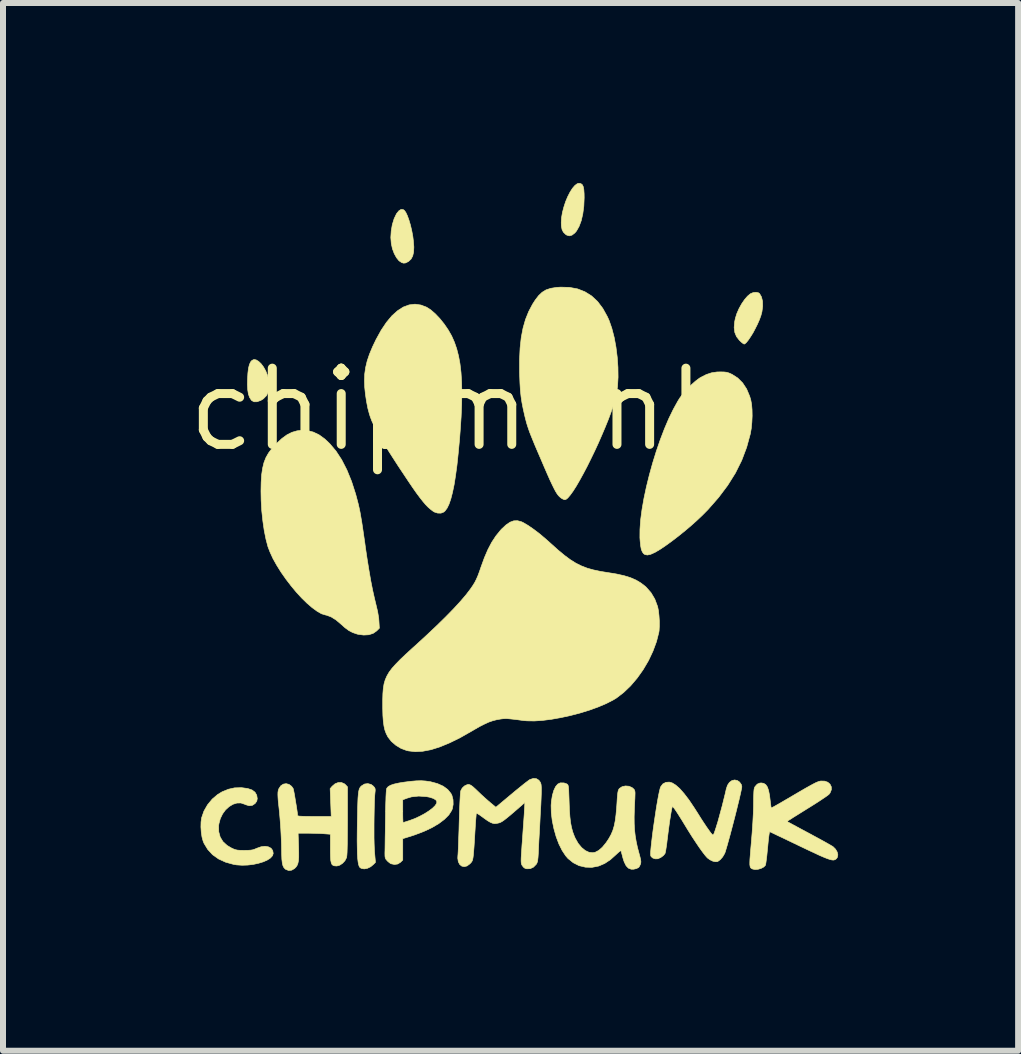
<source format=kicad_pcb>
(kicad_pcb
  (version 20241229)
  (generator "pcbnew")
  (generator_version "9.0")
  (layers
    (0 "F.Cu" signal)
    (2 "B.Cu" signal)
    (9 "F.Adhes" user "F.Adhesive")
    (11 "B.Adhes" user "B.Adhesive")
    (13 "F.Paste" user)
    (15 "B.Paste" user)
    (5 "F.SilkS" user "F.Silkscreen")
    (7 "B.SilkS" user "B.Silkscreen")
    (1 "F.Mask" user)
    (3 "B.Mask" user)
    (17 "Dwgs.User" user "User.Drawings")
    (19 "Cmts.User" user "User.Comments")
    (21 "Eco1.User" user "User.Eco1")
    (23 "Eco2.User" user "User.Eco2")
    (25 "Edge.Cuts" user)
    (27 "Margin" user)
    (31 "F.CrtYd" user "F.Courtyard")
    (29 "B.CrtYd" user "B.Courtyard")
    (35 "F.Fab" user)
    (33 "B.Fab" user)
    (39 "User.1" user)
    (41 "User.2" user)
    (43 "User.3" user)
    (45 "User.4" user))
  (footprint "chipmunk"
    (layer "F.Cu")
    (at 4.603 3.777)
    (property "Reference" "chipmunk" (at 0 0 0) (layer "F.SilkS") (effects (font (size 1.27 1.27) (thickness 0.15))))
    (attr through_hole)
    (fp_poly (pts (xy -3.383 -0.828) (xy -3.342 -0.803) (xy -3.3 -0.763) (xy -3.26 -0.709) (xy -3.224 -0.645) (xy -3.195 -0.573) (xy -3.175 -0.497) (xy -3.173 -0.486) (xy -3.165 -0.388) (xy -3.178 -0.303) (xy -3.21 -0.234) (xy -3.263 -0.18) (xy -3.306 -0.153) (xy -3.369 -0.131) (xy -3.418 -0.13) (xy -3.456 -0.15) (xy -3.466 -0.161) (xy -3.494 -0.205) (xy -3.513 -0.26) (xy -3.524 -0.33) (xy -3.529 -0.417) (xy -3.527 -0.507) (xy -3.521 -0.61) (xy -3.511 -0.691) (xy -3.495 -0.753) (xy -3.474 -0.797) (xy -3.454 -0.819) (xy -3.421 -0.835) (xy -3.383 -0.828)) (stroke (width 0.01) (type solid)) (fill yes) (layer "F.SilkS"))
    (fp_poly (pts (xy 2.029 -3.766) (xy 2.052 -3.749) (xy 2.068 -3.717) (xy 2.078 -3.668) (xy 2.083 -3.598) (xy 2.084 -3.53) (xy 2.078 -3.39) (xy 2.061 -3.262) (xy 2.035 -3.149) (xy 1.999 -3.053) (xy 1.956 -2.977) (xy 1.928 -2.944) (xy 1.881 -2.908) (xy 1.837 -2.896) (xy 1.794 -2.908) (xy 1.773 -2.922) (xy 1.737 -2.958) (xy 1.715 -3.002) (xy 1.704 -3.06) (xy 1.702 -3.116) (xy 1.707 -3.199) (xy 1.722 -3.288) (xy 1.746 -3.378) (xy 1.775 -3.467) (xy 1.81 -3.55) (xy 1.849 -3.626) (xy 1.889 -3.689) (xy 1.93 -3.736) (xy 1.969 -3.765) (xy 1.998 -3.772) (xy 2.029 -3.766)) (stroke (width 0.01) (type solid)) (fill yes) (layer "F.SilkS"))
    (fp_poly (pts (xy -0.934 -3.334) (xy -0.915 -3.322) (xy -0.889 -3.287) (xy -0.863 -3.232) (xy -0.837 -3.16) (xy -0.812 -3.076) (xy -0.79 -2.983) (xy -0.772 -2.886) (xy -0.763 -2.813) (xy -0.755 -2.71) (xy -0.759 -2.626) (xy -0.774 -2.561) (xy -0.801 -2.51) (xy -0.842 -2.471) (xy -0.854 -2.464) (xy -0.894 -2.444) (xy -0.927 -2.441) (xy -0.959 -2.451) (xy -1.003 -2.481) (xy -1.045 -2.533) (xy -1.082 -2.601) (xy -1.112 -2.681) (xy -1.131 -2.768) (xy -1.139 -2.869) (xy -1.132 -2.977) (xy -1.114 -3.083) (xy -1.084 -3.181) (xy -1.045 -3.263) (xy -1.042 -3.267) (xy -1.005 -3.313) (xy -0.969 -3.336) (xy -0.934 -3.334)) (stroke (width 0.01) (type solid)) (fill yes) (layer "F.SilkS"))
    (fp_poly (pts (xy 4.988 -1.947) (xy 5.007 -1.934) (xy 5.039 -1.878) (xy 5.057 -1.807) (xy 5.059 -1.723) (xy 5.047 -1.631) (xy 5.03 -1.567) (xy 5.005 -1.498) (xy 4.973 -1.425) (xy 4.936 -1.351) (xy 4.898 -1.279) (xy 4.858 -1.215) (xy 4.821 -1.16) (xy 4.788 -1.119) (xy 4.762 -1.096) (xy 4.75 -1.092) (xy 4.733 -1.101) (xy 4.705 -1.123) (xy 4.673 -1.153) (xy 4.624 -1.215) (xy 4.595 -1.285) (xy 4.584 -1.367) (xy 4.592 -1.462) (xy 4.604 -1.521) (xy 4.628 -1.599) (xy 4.664 -1.681) (xy 4.708 -1.761) (xy 4.757 -1.833) (xy 4.807 -1.891) (xy 4.855 -1.931) (xy 4.855 -1.931) (xy 4.901 -1.95) (xy 4.948 -1.955) (xy 4.988 -1.947)) (stroke (width 0.01) (type solid)) (fill yes) (layer "F.SilkS"))
    (fp_poly (pts (xy -1.468 6.248) (xy -1.433 6.274) (xy -1.41 6.299) (xy -1.4 6.322) (xy -1.399 6.352) (xy -1.402 6.379) (xy -1.407 6.432) (xy -1.411 6.506) (xy -1.414 6.596) (xy -1.416 6.698) (xy -1.418 6.808) (xy -1.419 6.92) (xy -1.419 7.031) (xy -1.419 7.136) (xy -1.417 7.23) (xy -1.414 7.309) (xy -1.411 7.366) (xy -1.395 7.547) (xy -1.425 7.578) (xy -1.475 7.62) (xy -1.529 7.646) (xy -1.583 7.656) (xy -1.631 7.647) (xy -1.651 7.635) (xy -1.664 7.618) (xy -1.675 7.588) (xy -1.684 7.543) (xy -1.691 7.483) (xy -1.696 7.406) (xy -1.698 7.31) (xy -1.7 7.193) (xy -1.699 7.054) (xy -1.697 6.891) (xy -1.697 6.89) (xy -1.694 6.754) (xy -1.692 6.642) (xy -1.689 6.55) (xy -1.686 6.477) (xy -1.681 6.419) (xy -1.676 6.374) (xy -1.669 6.341) (xy -1.661 6.316) (xy -1.65 6.297) (xy -1.637 6.281) (xy -1.627 6.272) (xy -1.577 6.241) (xy -1.522 6.234) (xy -1.468 6.248)) (stroke (width 0.01) (type solid)) (fill yes) (layer "F.SilkS"))
    (fp_poly (pts (xy 4.415 -0.627) (xy 4.457 -0.622) (xy 4.495 -0.611) (xy 4.538 -0.592) (xy 4.549 -0.587) (xy 4.644 -0.526) (xy 4.725 -0.445) (xy 4.792 -0.343) (xy 4.843 -0.221) (xy 4.86 -0.165) (xy 4.874 -0.091) (xy 4.882 0.002) (xy 4.884 0.105) (xy 4.879 0.211) (xy 4.869 0.315) (xy 4.853 0.406) (xy 4.792 0.629) (xy 4.71 0.846) (xy 4.605 1.057) (xy 4.476 1.263) (xy 4.324 1.465) (xy 4.148 1.666) (xy 4.063 1.752) (xy 3.973 1.838) (xy 3.873 1.928) (xy 3.767 2.018) (xy 3.658 2.106) (xy 3.55 2.189) (xy 3.448 2.263) (xy 3.355 2.326) (xy 3.275 2.374) (xy 3.262 2.381) (xy 3.193 2.412) (xy 3.139 2.424) (xy 3.098 2.417) (xy 3.074 2.401) (xy 3.053 2.371) (xy 3.036 2.329) (xy 3.025 2.27) (xy 3.017 2.191) (xy 3.013 2.136) (xy 3.014 1.997) (xy 3.025 1.839) (xy 3.048 1.666) (xy 3.08 1.482) (xy 3.121 1.289) (xy 3.17 1.091) (xy 3.225 0.892) (xy 3.286 0.695) (xy 3.352 0.503) (xy 3.422 0.32) (xy 3.495 0.149) (xy 3.57 -0.005) (xy 3.645 -0.141) (xy 3.679 -0.195) (xy 3.731 -0.265) (xy 3.796 -0.339) (xy 3.868 -0.411) (xy 3.94 -0.475) (xy 4.007 -0.525) (xy 4.027 -0.537) (xy 4.119 -0.584) (xy 4.206 -0.613) (xy 4.298 -0.627) (xy 4.357 -0.628) (xy 4.415 -0.627)) (stroke (width 0.01) (type solid)) (fill yes) (layer "F.SilkS"))
    (fp_poly (pts (xy -0.638 -1.743) (xy -0.543 -1.707) (xy -0.473 -1.662) (xy -0.398 -1.597) (xy -0.322 -1.517) (xy -0.249 -1.426) (xy -0.182 -1.328) (xy -0.125 -1.228) (xy -0.124 -1.226) (xy -0.079 -1.124) (xy -0.041 -1.014) (xy -0.01 -0.894) (xy 0.014 -0.764) (xy 0.031 -0.62) (xy 0.041 -0.461) (xy 0.045 -0.285) (xy 0.042 -0.091) (xy 0.033 0.123) (xy 0.017 0.359) (xy 0.006 0.502) (xy -0.015 0.726) (xy -0.036 0.925) (xy -0.06 1.101) (xy -0.084 1.253) (xy -0.111 1.382) (xy -0.139 1.49) (xy -0.169 1.577) (xy -0.201 1.643) (xy -0.236 1.69) (xy -0.257 1.708) (xy -0.303 1.726) (xy -0.358 1.725) (xy -0.414 1.707) (xy -0.439 1.691) (xy -0.479 1.66) (xy -0.519 1.625) (xy -0.56 1.583) (xy -0.603 1.532) (xy -0.652 1.47) (xy -0.708 1.395) (xy -0.772 1.304) (xy -0.846 1.195) (xy -0.901 1.112) (xy -1.013 0.944) (xy -1.11 0.794) (xy -1.194 0.662) (xy -1.267 0.544) (xy -1.328 0.44) (xy -1.378 0.348) (xy -1.42 0.266) (xy -1.454 0.192) (xy -1.48 0.124) (xy -1.496 0.075) (xy -1.522 -0.022) (xy -1.544 -0.136) (xy -1.562 -0.256) (xy -1.574 -0.372) (xy -1.578 -0.477) (xy -1.578 -0.483) (xy -1.574 -0.593) (xy -1.559 -0.7) (xy -1.533 -0.809) (xy -1.495 -0.922) (xy -1.443 -1.047) (xy -1.386 -1.166) (xy -1.3 -1.322) (xy -1.211 -1.455) (xy -1.12 -1.564) (xy -1.026 -1.648) (xy -0.931 -1.709) (xy -0.834 -1.745) (xy -0.736 -1.757) (xy -0.638 -1.743)) (stroke (width 0.01) (type solid)) (fill yes) (layer "F.SilkS"))
    (fp_poly (pts (xy -3.618 6.303) (xy -3.524 6.316) (xy -3.453 6.34) (xy -3.403 6.377) (xy -3.374 6.427) (xy -3.365 6.484) (xy -3.373 6.526) (xy -3.399 6.563) (xy -3.403 6.567) (xy -3.448 6.597) (xy -3.5 6.603) (xy -3.56 6.585) (xy -3.572 6.579) (xy -3.637 6.557) (xy -3.704 6.558) (xy -3.771 6.579) (xy -3.835 6.618) (xy -3.894 6.672) (xy -3.943 6.739) (xy -3.981 6.817) (xy -4.004 6.903) (xy -4.009 6.937) (xy -4.007 7.037) (xy -3.983 7.125) (xy -3.937 7.201) (xy -3.869 7.264) (xy -3.8 7.305) (xy -3.76 7.324) (xy -3.727 7.336) (xy -3.693 7.343) (xy -3.651 7.346) (xy -3.592 7.347) (xy -3.582 7.347) (xy -3.518 7.346) (xy -3.473 7.343) (xy -3.437 7.337) (xy -3.403 7.325) (xy -3.373 7.312) (xy -3.302 7.287) (xy -3.237 7.279) (xy -3.18 7.288) (xy -3.136 7.311) (xy -3.108 7.349) (xy -3.099 7.397) (xy -3.111 7.436) (xy -3.145 7.474) (xy -3.197 7.508) (xy -3.265 7.538) (xy -3.344 7.562) (xy -3.432 7.581) (xy -3.524 7.592) (xy -3.617 7.595) (xy -3.709 7.589) (xy -3.758 7.581) (xy -3.892 7.544) (xy -4.01 7.49) (xy -4.11 7.419) (xy -4.19 7.332) (xy -4.252 7.23) (xy -4.268 7.191) (xy -4.286 7.125) (xy -4.298 7.045) (xy -4.304 6.958) (xy -4.302 6.875) (xy -4.293 6.806) (xy -4.293 6.806) (xy -4.254 6.693) (xy -4.194 6.588) (xy -4.116 6.493) (xy -4.024 6.415) (xy -3.951 6.371) (xy -3.846 6.328) (xy -3.743 6.305) (xy -3.634 6.302) (xy -3.618 6.303)) (stroke (width 0.01) (type solid)) (fill yes) (layer "F.SilkS"))
    (fp_poly (pts (xy -2.528 0.35) (xy -2.43 0.375) (xy -2.334 0.421) (xy -2.238 0.491) (xy -2.157 0.568) (xy -2.052 0.692) (xy -1.957 0.838) (xy -1.871 1.006) (xy -1.793 1.198) (xy -1.724 1.412) (xy -1.696 1.518) (xy -1.68 1.579) (xy -1.666 1.642) (xy -1.652 1.709) (xy -1.639 1.784) (xy -1.624 1.87) (xy -1.609 1.969) (xy -1.592 2.086) (xy -1.572 2.223) (xy -1.562 2.299) (xy -1.533 2.494) (xy -1.503 2.679) (xy -1.473 2.853) (xy -1.442 3.01) (xy -1.411 3.148) (xy -1.389 3.239) (xy -1.359 3.365) (xy -1.341 3.475) (xy -1.337 3.527) (xy -1.33 3.644) (xy -1.374 3.688) (xy -1.432 3.729) (xy -1.506 3.753) (xy -1.591 3.758) (xy -1.684 3.746) (xy -1.705 3.74) (xy -1.775 3.716) (xy -1.84 3.682) (xy -1.906 3.633) (xy -1.965 3.58) (xy -2.051 3.507) (xy -2.131 3.457) (xy -2.207 3.428) (xy -2.23 3.423) (xy -2.295 3.403) (xy -2.368 3.361) (xy -2.449 3.302) (xy -2.535 3.228) (xy -2.624 3.141) (xy -2.714 3.043) (xy -2.802 2.937) (xy -2.887 2.826) (xy -2.967 2.712) (xy -3.039 2.597) (xy -3.102 2.485) (xy -3.152 2.376) (xy -3.187 2.285) (xy -3.22 2.16) (xy -3.249 2.015) (xy -3.272 1.856) (xy -3.29 1.687) (xy -3.3 1.514) (xy -3.303 1.359) (xy -3.3 1.212) (xy -3.292 1.086) (xy -3.276 0.978) (xy -3.253 0.883) (xy -3.22 0.799) (xy -3.176 0.722) (xy -3.12 0.648) (xy -3.052 0.573) (xy -3.043 0.564) (xy -2.953 0.481) (xy -2.869 0.42) (xy -2.787 0.379) (xy -2.702 0.354) (xy -2.632 0.346) (xy -2.528 0.35)) (stroke (width 0.01) (type solid)) (fill yes) (layer "F.SilkS"))
    (fp_poly (pts (xy 1.837 -2.037) (xy 1.973 -2.012) (xy 2.096 -1.964) (xy 2.208 -1.894) (xy 2.307 -1.802) (xy 2.394 -1.687) (xy 2.47 -1.55) (xy 2.499 -1.486) (xy 2.545 -1.354) (xy 2.584 -1.204) (xy 2.614 -1.041) (xy 2.635 -0.873) (xy 2.647 -0.703) (xy 2.649 -0.539) (xy 2.64 -0.386) (xy 2.621 -0.254) (xy 2.6 -0.168) (xy 2.57 -0.068) (xy 2.532 0.043) (xy 2.487 0.164) (xy 2.435 0.292) (xy 2.379 0.424) (xy 2.32 0.559) (xy 2.258 0.693) (xy 2.194 0.825) (xy 2.131 0.952) (xy 2.068 1.071) (xy 2.008 1.18) (xy 1.951 1.278) (xy 1.898 1.361) (xy 1.85 1.427) (xy 1.81 1.474) (xy 1.779 1.498) (xy 1.753 1.502) (xy 1.718 1.486) (xy 1.717 1.486) (xy 1.694 1.47) (xy 1.673 1.452) (xy 1.652 1.43) (xy 1.63 1.4) (xy 1.606 1.361) (xy 1.58 1.311) (xy 1.549 1.248) (xy 1.512 1.17) (xy 1.47 1.075) (xy 1.42 0.96) (xy 1.364 0.829) (xy 1.31 0.704) (xy 1.265 0.599) (xy 1.229 0.511) (xy 1.199 0.437) (xy 1.174 0.374) (xy 1.155 0.319) (xy 1.138 0.268) (xy 1.123 0.219) (xy 1.11 0.169) (xy 1.096 0.114) (xy 1.092 0.097) (xy 1.067 -0.014) (xy 1.047 -0.116) (xy 1.032 -0.216) (xy 1.021 -0.319) (xy 1.014 -0.433) (xy 1.009 -0.562) (xy 1.007 -0.622) (xy 1.007 -0.836) (xy 1.016 -1.028) (xy 1.035 -1.201) (xy 1.065 -1.358) (xy 1.106 -1.502) (xy 1.159 -1.634) (xy 1.224 -1.757) (xy 1.269 -1.827) (xy 1.325 -1.9) (xy 1.383 -1.955) (xy 1.448 -1.995) (xy 1.526 -2.021) (xy 1.62 -2.036) (xy 1.689 -2.041) (xy 1.837 -2.037)) (stroke (width 0.01) (type solid)) (fill yes) (layer "F.SilkS"))
    (fp_poly (pts (xy -0.559 6.191) (xy -0.485 6.202) (xy -0.477 6.203) (xy -0.362 6.234) (xy -0.266 6.277) (xy -0.191 6.332) (xy -0.137 6.398) (xy -0.12 6.432) (xy -0.102 6.503) (xy -0.1 6.58) (xy -0.113 6.653) (xy -0.125 6.682) (xy -0.173 6.757) (xy -0.246 6.83) (xy -0.34 6.901) (xy -0.454 6.968) (xy -0.586 7.03) (xy -0.735 7.087) (xy -0.792 7.106) (xy -0.94 7.152) (xy -0.94 7.508) (xy -0.977 7.545) (xy -1.023 7.574) (xy -1.078 7.582) (xy -1.136 7.57) (xy -1.137 7.57) (xy -1.161 7.554) (xy -1.192 7.528) (xy -1.2 7.519) (xy -1.22 7.496) (xy -1.231 7.474) (xy -1.236 7.445) (xy -1.237 7.401) (xy -1.237 7.387) (xy -1.236 7.354) (xy -1.235 7.298) (xy -1.234 7.224) (xy -1.233 7.135) (xy -1.231 7.035) (xy -1.23 6.928) (xy -1.228 6.818) (xy -1.226 6.674) (xy -1.223 6.553) (xy -1.221 6.504) (xy -0.94 6.504) (xy -0.94 6.694) (xy -0.94 6.76) (xy -0.939 6.816) (xy -0.937 6.858) (xy -0.936 6.88) (xy -0.935 6.883) (xy -0.922 6.88) (xy -0.89 6.87) (xy -0.847 6.856) (xy -0.833 6.852) (xy -0.744 6.819) (xy -0.657 6.779) (xy -0.577 6.736) (xy -0.506 6.691) (xy -0.446 6.646) (xy -0.402 6.603) (xy -0.376 6.565) (xy -0.371 6.536) (xy -0.388 6.507) (xy -0.428 6.482) (xy -0.492 6.461) (xy -0.546 6.451) (xy -0.674 6.442) (xy -0.794 6.455) (xy -0.868 6.477) (xy -0.94 6.504) (xy -1.221 6.504) (xy -1.22 6.457) (xy -1.216 6.384) (xy -1.212 6.337) (xy -1.207 6.314) (xy -1.207 6.313) (xy -1.184 6.286) (xy -1.144 6.262) (xy -1.085 6.242) (xy -1.004 6.224) (xy -0.917 6.21) (xy -0.806 6.196) (xy -0.713 6.188) (xy -0.632 6.186) (xy -0.559 6.191)) (stroke (width 0.01) (type solid)) (fill yes) (layer "F.SilkS"))
    (fp_poly (pts (xy -1.961 6.216) (xy -1.911 6.238) (xy -1.891 6.256) (xy -1.861 6.289) (xy -1.861 6.856) (xy -1.862 7.005) (xy -1.863 7.131) (xy -1.864 7.234) (xy -1.866 7.317) (xy -1.868 7.38) (xy -1.871 7.426) (xy -1.875 7.457) (xy -1.878 7.47) (xy -1.904 7.52) (xy -1.944 7.563) (xy -1.991 7.594) (xy -2.037 7.607) (xy -2.042 7.607) (xy -2.075 7.605) (xy -2.1 7.598) (xy -2.119 7.583) (xy -2.131 7.556) (xy -2.14 7.516) (xy -2.144 7.458) (xy -2.146 7.38) (xy -2.146 7.305) (xy -2.146 7.078) (xy -2.251 7.07) (xy -2.307 7.066) (xy -2.378 7.064) (xy -2.456 7.062) (xy -2.52 7.061) (xy -2.684 7.061) (xy -2.676 7.287) (xy -2.674 7.384) (xy -2.674 7.46) (xy -2.678 7.518) (xy -2.687 7.562) (xy -2.7 7.596) (xy -2.719 7.624) (xy -2.743 7.649) (xy -2.791 7.677) (xy -2.841 7.683) (xy -2.89 7.664) (xy -2.902 7.655) (xy -2.923 7.631) (xy -2.938 7.599) (xy -2.948 7.555) (xy -2.955 7.495) (xy -2.958 7.415) (xy -2.959 7.36) (xy -2.961 7.25) (xy -2.966 7.124) (xy -2.973 6.988) (xy -2.983 6.85) (xy -2.994 6.719) (xy -3.004 6.625) (xy -3.014 6.537) (xy -3.019 6.469) (xy -3.021 6.418) (xy -3.02 6.379) (xy -3.015 6.348) (xy -3.006 6.321) (xy -3.005 6.319) (xy -2.973 6.271) (xy -2.931 6.243) (xy -2.884 6.235) (xy -2.836 6.247) (xy -2.793 6.279) (xy -2.767 6.315) (xy -2.762 6.333) (xy -2.754 6.371) (xy -2.744 6.423) (xy -2.734 6.485) (xy -2.723 6.552) (xy -2.712 6.618) (xy -2.703 6.678) (xy -2.696 6.727) (xy -2.693 6.759) (xy -2.693 6.766) (xy -2.687 6.771) (xy -2.667 6.776) (xy -2.633 6.778) (xy -2.58 6.78) (xy -2.506 6.781) (xy -2.412 6.782) (xy -2.132 6.782) (xy -2.15 6.318) (xy -2.117 6.279) (xy -2.068 6.237) (xy -2.015 6.216) (xy -1.961 6.216)) (stroke (width 0.01) (type solid)) (fill yes) (layer "F.SilkS"))
    (fp_poly (pts (xy 1.748 6.223) (xy 1.789 6.237) (xy 1.798 6.242) (xy 1.807 6.249) (xy 1.814 6.259) (xy 1.819 6.275) (xy 1.823 6.302) (xy 1.826 6.341) (xy 1.828 6.397) (xy 1.831 6.473) (xy 1.833 6.536) (xy 1.838 6.671) (xy 1.846 6.785) (xy 1.857 6.882) (xy 1.873 6.965) (xy 1.893 7.039) (xy 1.919 7.108) (xy 1.935 7.145) (xy 1.984 7.231) (xy 2.041 7.3) (xy 2.102 7.35) (xy 2.165 7.379) (xy 2.228 7.386) (xy 2.267 7.379) (xy 2.326 7.348) (xy 2.387 7.295) (xy 2.45 7.218) (xy 2.457 7.208) (xy 2.499 7.144) (xy 2.534 7.08) (xy 2.562 7.014) (xy 2.584 6.94) (xy 2.601 6.856) (xy 2.614 6.757) (xy 2.625 6.638) (xy 2.63 6.566) (xy 2.635 6.485) (xy 2.64 6.425) (xy 2.645 6.383) (xy 2.651 6.354) (xy 2.658 6.335) (xy 2.667 6.321) (xy 2.673 6.314) (xy 2.717 6.285) (xy 2.772 6.273) (xy 2.83 6.278) (xy 2.882 6.3) (xy 2.913 6.327) (xy 2.923 6.342) (xy 2.929 6.361) (xy 2.932 6.388) (xy 2.931 6.43) (xy 2.929 6.491) (xy 2.928 6.502) (xy 2.921 6.655) (xy 2.917 6.787) (xy 2.918 6.903) (xy 2.924 7.008) (xy 2.935 7.105) (xy 2.951 7.2) (xy 2.972 7.298) (xy 2.998 7.395) (xy 3.015 7.458) (xy 3.025 7.503) (xy 3.029 7.534) (xy 3.027 7.559) (xy 3.023 7.575) (xy 3.008 7.608) (xy 2.993 7.631) (xy 2.991 7.632) (xy 2.956 7.65) (xy 2.909 7.661) (xy 2.867 7.661) (xy 2.821 7.643) (xy 2.783 7.603) (xy 2.751 7.539) (xy 2.731 7.478) (xy 2.718 7.428) (xy 2.707 7.386) (xy 2.7 7.36) (xy 2.698 7.356) (xy 2.687 7.356) (xy 2.663 7.374) (xy 2.627 7.406) (xy 2.618 7.415) (xy 2.521 7.502) (xy 2.426 7.565) (xy 2.331 7.606) (xy 2.326 7.608) (xy 2.214 7.63) (xy 2.105 7.627) (xy 1.999 7.602) (xy 1.902 7.553) (xy 1.815 7.483) (xy 1.776 7.438) (xy 1.717 7.349) (xy 1.663 7.241) (xy 1.617 7.119) (xy 1.58 6.988) (xy 1.552 6.853) (xy 1.536 6.721) (xy 1.533 6.597) (xy 1.538 6.53) (xy 1.554 6.43) (xy 1.578 6.347) (xy 1.608 6.284) (xy 1.644 6.242) (xy 1.685 6.222) (xy 1.693 6.222) (xy 1.748 6.223)) (stroke (width 0.01) (type solid)) (fill yes) (layer "F.SilkS"))
    (fp_poly (pts (xy 4.638 6.183) (xy 4.675 6.209) (xy 4.704 6.251) (xy 4.712 6.287) (xy 4.708 6.312) (xy 4.699 6.357) (xy 4.685 6.42) (xy 4.667 6.499) (xy 4.645 6.588) (xy 4.621 6.686) (xy 4.595 6.789) (xy 4.568 6.893) (xy 4.541 6.996) (xy 4.515 7.094) (xy 4.49 7.184) (xy 4.468 7.263) (xy 4.449 7.327) (xy 4.435 7.374) (xy 4.426 7.398) (xy 4.392 7.456) (xy 4.352 7.502) (xy 4.312 7.531) (xy 4.299 7.535) (xy 4.271 7.536) (xy 4.233 7.528) (xy 4.224 7.525) (xy 4.181 7.504) (xy 4.141 7.475) (xy 4.137 7.472) (xy 4.104 7.435) (xy 4.06 7.378) (xy 4.007 7.305) (xy 3.947 7.216) (xy 3.881 7.116) (xy 3.812 7.006) (xy 3.781 6.955) (xy 3.717 6.85) (xy 3.665 6.767) (xy 3.624 6.703) (xy 3.593 6.658) (xy 3.571 6.63) (xy 3.558 6.617) (xy 3.555 6.617) (xy 3.55 6.629) (xy 3.542 6.663) (xy 3.532 6.716) (xy 3.521 6.784) (xy 3.508 6.865) (xy 3.496 6.955) (xy 3.483 7.051) (xy 3.471 7.15) (xy 3.468 7.17) (xy 3.46 7.241) (xy 3.45 7.305) (xy 3.442 7.357) (xy 3.434 7.391) (xy 3.431 7.401) (xy 3.402 7.435) (xy 3.36 7.466) (xy 3.314 7.486) (xy 3.311 7.487) (xy 3.269 7.488) (xy 3.229 7.475) (xy 3.2 7.451) (xy 3.193 7.434) (xy 3.191 7.407) (xy 3.193 7.358) (xy 3.199 7.291) (xy 3.208 7.209) (xy 3.219 7.115) (xy 3.232 7.013) (xy 3.247 6.907) (xy 3.263 6.799) (xy 3.279 6.692) (xy 3.295 6.591) (xy 3.311 6.499) (xy 3.326 6.419) (xy 3.34 6.354) (xy 3.352 6.307) (xy 3.36 6.286) (xy 3.396 6.239) (xy 3.446 6.213) (xy 3.503 6.209) (xy 3.552 6.223) (xy 3.61 6.259) (xy 3.677 6.318) (xy 3.75 6.401) (xy 3.831 6.507) (xy 3.917 6.635) (xy 3.976 6.727) (xy 4.027 6.809) (xy 4.077 6.886) (xy 4.123 6.955) (xy 4.164 7.013) (xy 4.196 7.057) (xy 4.218 7.082) (xy 4.222 7.086) (xy 4.23 7.089) (xy 4.239 7.082) (xy 4.25 7.062) (xy 4.263 7.025) (xy 4.282 6.968) (xy 4.291 6.938) (xy 4.312 6.871) (xy 4.335 6.788) (xy 4.36 6.695) (xy 4.386 6.599) (xy 4.409 6.506) (xy 4.43 6.422) (xy 4.446 6.353) (xy 4.452 6.325) (xy 4.473 6.262) (xy 4.505 6.214) (xy 4.546 6.184) (xy 4.592 6.173) (xy 4.638 6.183)) (stroke (width 0.01) (type solid)) (fill yes) (layer "F.SilkS"))
    (fp_poly (pts (xy 1.039 1.87) (xy 1.067 1.883) (xy 1.149 1.931) (xy 1.243 1.996) (xy 1.348 2.076) (xy 1.458 2.17) (xy 1.534 2.238) (xy 1.651 2.343) (xy 1.756 2.43) (xy 1.853 2.502) (xy 1.946 2.56) (xy 2.039 2.606) (xy 2.137 2.644) (xy 2.242 2.673) (xy 2.361 2.698) (xy 2.48 2.717) (xy 2.626 2.741) (xy 2.751 2.769) (xy 2.857 2.802) (xy 2.949 2.842) (xy 3.029 2.89) (xy 3.102 2.946) (xy 3.119 2.962) (xy 3.198 3.052) (xy 3.261 3.158) (xy 3.305 3.275) (xy 3.308 3.283) (xy 3.322 3.352) (xy 3.331 3.435) (xy 3.337 3.524) (xy 3.337 3.609) (xy 3.333 3.683) (xy 3.329 3.711) (xy 3.289 3.868) (xy 3.23 4.027) (xy 3.156 4.184) (xy 3.067 4.335) (xy 2.967 4.476) (xy 2.857 4.605) (xy 2.741 4.716) (xy 2.621 4.808) (xy 2.57 4.839) (xy 2.453 4.899) (xy 2.319 4.956) (xy 2.173 5.009) (xy 2.017 5.057) (xy 1.857 5.099) (xy 1.696 5.134) (xy 1.539 5.162) (xy 1.39 5.181) (xy 1.253 5.19) (xy 1.131 5.188) (xy 1.071 5.183) (xy 0.977 5.17) (xy 0.903 5.161) (xy 0.845 5.155) (xy 0.8 5.151) (xy 0.763 5.151) (xy 0.73 5.153) (xy 0.697 5.157) (xy 0.696 5.157) (xy 0.627 5.169) (xy 0.561 5.186) (xy 0.494 5.209) (xy 0.422 5.242) (xy 0.339 5.284) (xy 0.242 5.34) (xy 0.206 5.361) (xy 0.016 5.469) (xy -0.159 5.555) (xy -0.321 5.622) (xy -0.47 5.669) (xy -0.607 5.695) (xy -0.731 5.702) (xy -0.845 5.689) (xy -0.876 5.682) (xy -0.969 5.647) (xy -1.056 5.594) (xy -1.131 5.529) (xy -1.187 5.457) (xy -1.188 5.455) (xy -1.216 5.4) (xy -1.238 5.341) (xy -1.253 5.274) (xy -1.264 5.194) (xy -1.271 5.098) (xy -1.274 4.981) (xy -1.274 4.94) (xy -1.274 4.829) (xy -1.271 4.732) (xy -1.264 4.648) (xy -1.252 4.573) (xy -1.232 4.504) (xy -1.204 4.44) (xy -1.167 4.376) (xy -1.118 4.311) (xy -1.055 4.241) (xy -0.979 4.163) (xy -0.887 4.076) (xy -0.777 3.975) (xy -0.743 3.945) (xy -0.55 3.768) (xy -0.378 3.606) (xy -0.226 3.457) (xy -0.093 3.321) (xy 0.02 3.198) (xy 0.115 3.087) (xy 0.191 2.987) (xy 0.226 2.936) (xy 0.259 2.883) (xy 0.287 2.828) (xy 0.314 2.766) (xy 0.342 2.69) (xy 0.363 2.628) (xy 0.421 2.469) (xy 0.48 2.332) (xy 0.543 2.212) (xy 0.612 2.107) (xy 0.688 2.013) (xy 0.71 1.989) (xy 0.782 1.922) (xy 0.848 1.877) (xy 0.91 1.854) (xy 0.973 1.852) (xy 1.039 1.87)) (stroke (width 0.01) (type solid)) (fill yes) (layer "F.SilkS"))
    (fp_poly (pts (xy 6.092 6.193) (xy 6.144 6.211) (xy 6.182 6.244) (xy 6.203 6.287) (xy 6.204 6.336) (xy 6.183 6.388) (xy 6.166 6.411) (xy 6.148 6.426) (xy 6.111 6.453) (xy 6.059 6.488) (xy 5.993 6.532) (xy 5.918 6.58) (xy 5.835 6.632) (xy 5.799 6.654) (xy 5.716 6.706) (xy 5.641 6.753) (xy 5.576 6.793) (xy 5.524 6.827) (xy 5.486 6.85) (xy 5.467 6.863) (xy 5.465 6.865) (xy 5.476 6.871) (xy 5.507 6.888) (xy 5.555 6.914) (xy 5.618 6.948) (xy 5.692 6.988) (xy 5.776 7.033) (xy 5.829 7.061) (xy 5.919 7.11) (xy 6.004 7.156) (xy 6.079 7.197) (xy 6.143 7.233) (xy 6.193 7.262) (xy 6.224 7.28) (xy 6.233 7.286) (xy 6.274 7.327) (xy 6.301 7.374) (xy 6.312 7.421) (xy 6.304 7.463) (xy 6.287 7.486) (xy 6.272 7.498) (xy 6.256 7.505) (xy 6.236 7.509) (xy 6.21 7.506) (xy 6.177 7.498) (xy 6.133 7.483) (xy 6.078 7.461) (xy 6.008 7.431) (xy 5.923 7.391) (xy 5.818 7.342) (xy 5.694 7.283) (xy 5.671 7.272) (xy 5.567 7.222) (xy 5.471 7.176) (xy 5.384 7.134) (xy 5.309 7.099) (xy 5.249 7.07) (xy 5.205 7.049) (xy 5.18 7.038) (xy 5.176 7.036) (xy 5.172 7.045) (xy 5.167 7.074) (xy 5.16 7.124) (xy 5.152 7.196) (xy 5.143 7.291) (xy 5.136 7.359) (xy 5.129 7.432) (xy 5.121 7.497) (xy 5.114 7.549) (xy 5.108 7.585) (xy 5.104 7.597) (xy 5.077 7.624) (xy 5.034 7.647) (xy 4.983 7.662) (xy 4.933 7.666) (xy 4.895 7.659) (xy 4.878 7.652) (xy 4.865 7.643) (xy 4.855 7.631) (xy 4.849 7.612) (xy 4.845 7.584) (xy 4.845 7.545) (xy 4.847 7.491) (xy 4.853 7.42) (xy 4.86 7.329) (xy 4.87 7.217) (xy 4.884 7.046) (xy 4.895 6.884) (xy 4.903 6.735) (xy 4.907 6.604) (xy 4.907 6.572) (xy 4.908 6.484) (xy 4.91 6.418) (xy 4.912 6.369) (xy 4.915 6.335) (xy 4.92 6.311) (xy 4.927 6.293) (xy 4.933 6.283) (xy 4.969 6.243) (xy 5.012 6.225) (xy 5.036 6.223) (xy 5.077 6.23) (xy 5.111 6.252) (xy 5.138 6.291) (xy 5.158 6.35) (xy 5.174 6.431) (xy 5.182 6.496) (xy 5.189 6.553) (xy 5.195 6.599) (xy 5.199 6.63) (xy 5.202 6.64) (xy 5.213 6.635) (xy 5.244 6.619) (xy 5.292 6.592) (xy 5.354 6.557) (xy 5.427 6.514) (xy 5.51 6.466) (xy 5.584 6.422) (xy 5.69 6.36) (xy 5.776 6.31) (xy 5.846 6.271) (xy 5.901 6.241) (xy 5.944 6.219) (xy 5.977 6.205) (xy 6.003 6.196) (xy 6.024 6.192) (xy 6.026 6.191) (xy 6.092 6.193)) (stroke (width 0.01) (type solid)) (fill yes) (layer "F.SilkS"))
    (fp_poly (pts (xy 1.287 6.152) (xy 1.329 6.178) (xy 1.352 6.21) (xy 1.359 6.226) (xy 1.365 6.245) (xy 1.368 6.271) (xy 1.37 6.306) (xy 1.37 6.352) (xy 1.369 6.412) (xy 1.366 6.489) (xy 1.362 6.585) (xy 1.355 6.703) (xy 1.352 6.756) (xy 1.347 6.863) (xy 1.341 6.975) (xy 1.335 7.085) (xy 1.329 7.188) (xy 1.325 7.276) (xy 1.323 7.323) (xy 1.319 7.403) (xy 1.315 7.463) (xy 1.31 7.506) (xy 1.305 7.536) (xy 1.297 7.557) (xy 1.288 7.575) (xy 1.284 7.58) (xy 1.238 7.627) (xy 1.184 7.652) (xy 1.126 7.654) (xy 1.096 7.645) (xy 1.071 7.626) (xy 1.049 7.596) (xy 1.047 7.594) (xy 1.041 7.58) (xy 1.037 7.565) (xy 1.034 7.544) (xy 1.033 7.515) (xy 1.034 7.474) (xy 1.037 7.42) (xy 1.042 7.347) (xy 1.048 7.254) (xy 1.053 7.196) (xy 1.06 7.094) (xy 1.067 6.992) (xy 1.074 6.896) (xy 1.08 6.81) (xy 1.085 6.739) (xy 1.087 6.694) (xy 1.096 6.549) (xy 0.92 6.702) (xy 0.85 6.762) (xy 0.795 6.807) (xy 0.753 6.84) (xy 0.72 6.863) (xy 0.692 6.879) (xy 0.666 6.889) (xy 0.638 6.895) (xy 0.629 6.897) (xy 0.593 6.901) (xy 0.558 6.895) (xy 0.519 6.879) (xy 0.472 6.851) (xy 0.411 6.808) (xy 0.394 6.795) (xy 0.341 6.757) (xy 0.306 6.735) (xy 0.288 6.731) (xy 0.286 6.733) (xy 0.284 6.75) (xy 0.281 6.789) (xy 0.276 6.846) (xy 0.271 6.917) (xy 0.266 7) (xy 0.261 7.08) (xy 0.254 7.197) (xy 0.248 7.29) (xy 0.242 7.364) (xy 0.237 7.422) (xy 0.232 7.464) (xy 0.226 7.496) (xy 0.219 7.519) (xy 0.21 7.536) (xy 0.199 7.55) (xy 0.186 7.564) (xy 0.178 7.572) (xy 0.131 7.607) (xy 0.084 7.618) (xy 0.043 7.609) (xy 0.009 7.581) (xy -0.014 7.536) (xy -0.023 7.477) (xy -0.021 7.438) (xy -0.019 7.414) (xy -0.016 7.367) (xy -0.013 7.301) (xy -0.01 7.219) (xy -0.007 7.125) (xy -0.003 7.02) (xy -0.000083 6.909) (xy 0.000449 6.89) (xy 0.004 6.778) (xy 0.007 6.674) (xy 0.011 6.579) (xy 0.015 6.496) (xy 0.019 6.43) (xy 0.023 6.382) (xy 0.026 6.356) (xy 0.027 6.354) (xy 0.051 6.309) (xy 0.089 6.273) (xy 0.133 6.252) (xy 0.155 6.248) (xy 0.175 6.252) (xy 0.198 6.263) (xy 0.228 6.285) (xy 0.268 6.321) (xy 0.31 6.361) (xy 0.365 6.414) (xy 0.425 6.469) (xy 0.482 6.519) (xy 0.519 6.551) (xy 0.612 6.628) (xy 0.875 6.408) (xy 0.947 6.348) (xy 1.014 6.294) (xy 1.074 6.245) (xy 1.123 6.207) (xy 1.159 6.18) (xy 1.178 6.167) (xy 1.236 6.148) (xy 1.287 6.152)) (stroke (width 0.01) (type solid)) (fill yes) (layer "F.SilkS")))
  (gr_rect
    (start -3 -3)
    (end 13.92 14.464)
    (stroke (width 0.1) (type default))
    (fill no)
    (layer "Edge.Cuts")))
</source>
